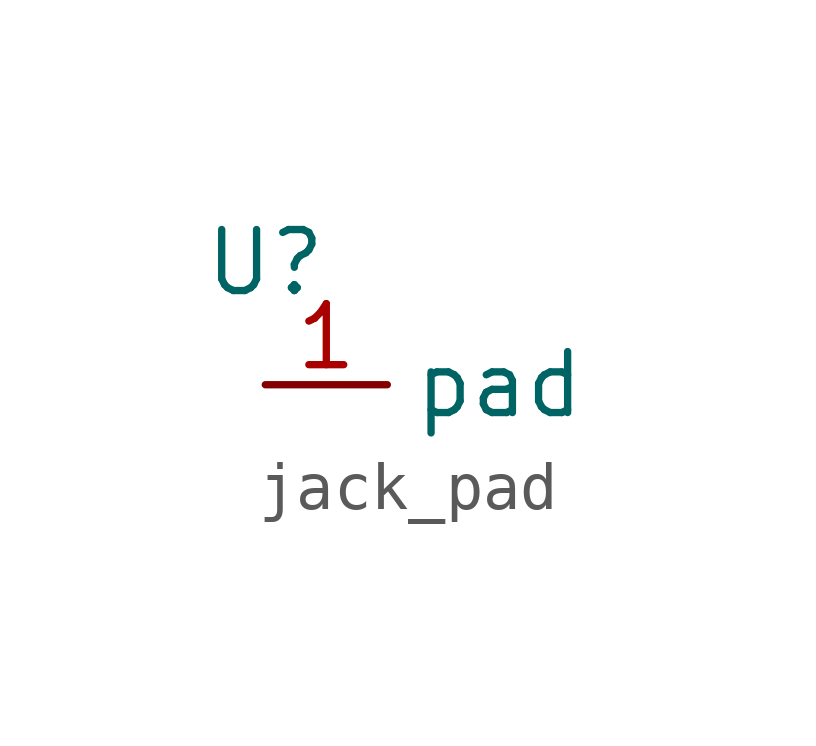
<source format=kicad_sym>
(kicad_symbol_lib
  (version 20220914)
  (generator kicad_symbol_editor)
  (symbol "jack_pad"
    (property "Reference" "U"
      (at 0 2.54 0)
      (do_not_autoplace)
      (effects (font (size 1.27 1.27))))
    (property "Value" ""
      (at 0 0 0)
      (effects (font (size 1.27 1.27))))
    (symbol "jack_pad_1_1"
      (pin input line (at 0 0 0) (length 2.54) (name "pad" (effects (font (size 1.27 1.27)))) (number "1" (effects (font (size 1.27 1.27))))))))
</source>
